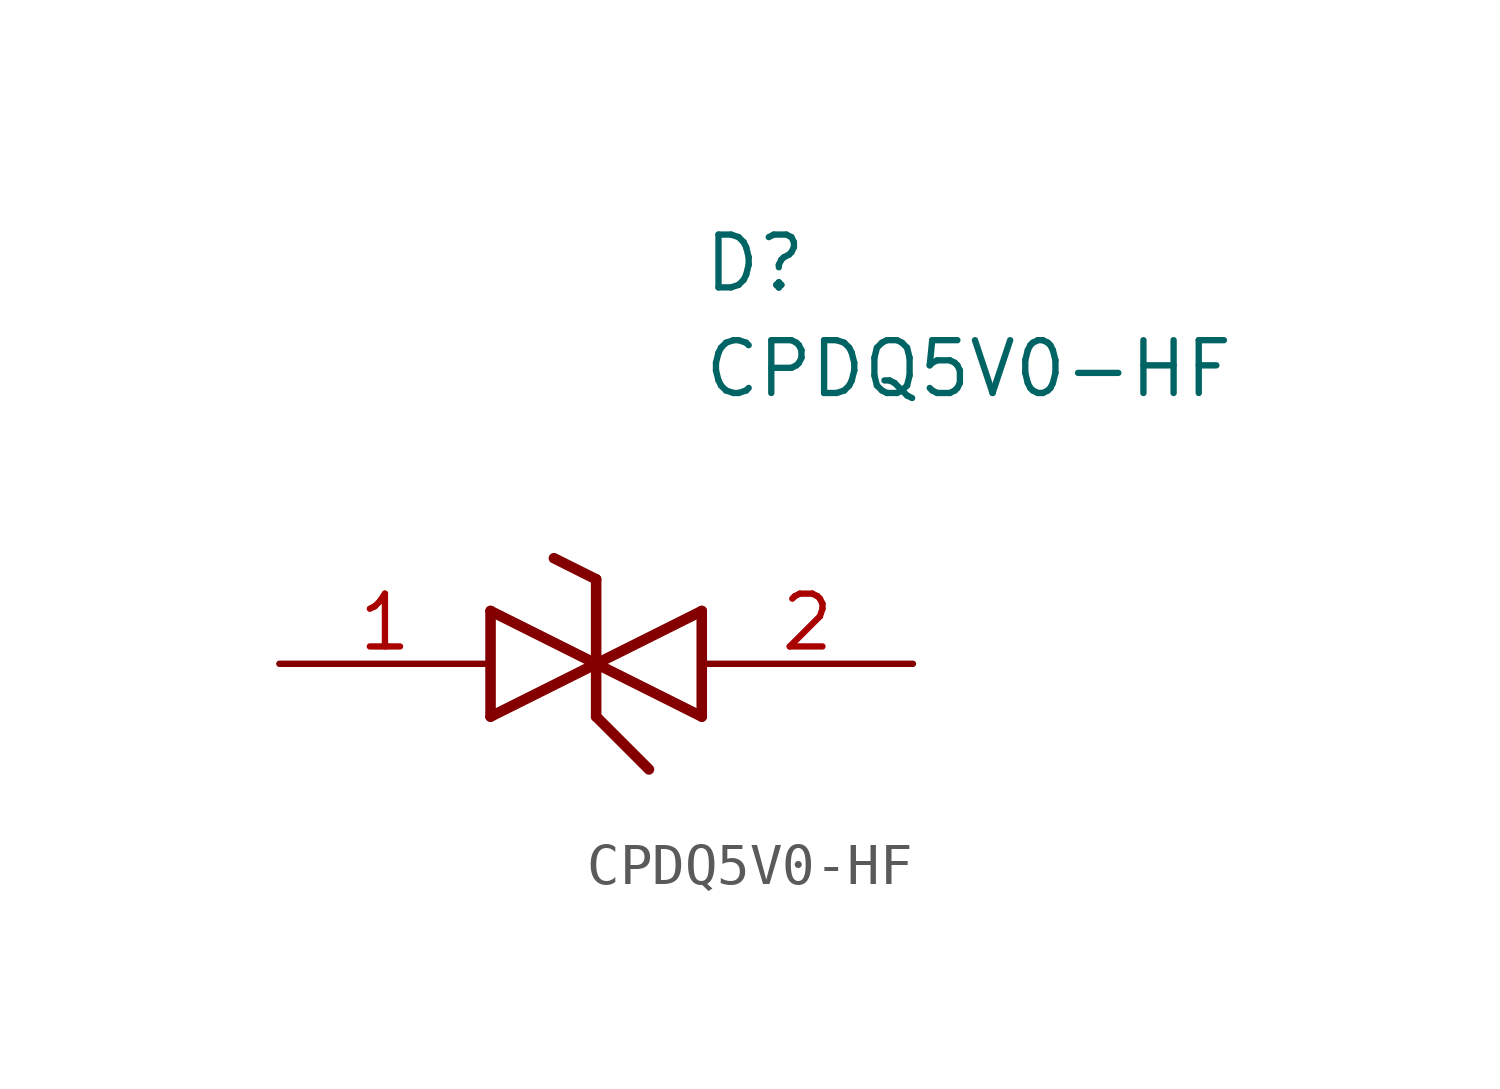
<source format=kicad_sym>
(kicad_symbol_lib
  (version 20241209)
  (generator "kicad_symbol_editor")
  (generator_version "9.0")
  (symbol "CPDQ5V0-HF"
    (pin_names
      (hide yes))
    (property "Reference" "D"
      (at 12.7 8.89 0)
      (effects (font (size 1.27 1.27)) (justify left bottom)))
    (property "Value" "CPDQ5V0-HF"
      (at 12.7 6.35 0)
      (effects (font (size 1.27 1.27)) (justify left bottom)))
    (symbol "CPDQ5V0-HF_1_1"
      (polyline (pts (xy 7.62 1.27) (xy 7.62 -1.27)) (stroke (width 0.254) (type default)) (fill (type none)))
      (polyline (pts (xy 7.62 1.27) (xy 10.16 0)) (stroke (width 0.254) (type default)) (fill (type none)))
      (polyline (pts (xy 9.144 2.54) (xy 10.16 2.032)) (stroke (width 0.254) (type default)) (fill (type none)))
      (polyline (pts (xy 10.16 0) (xy 7.62 -1.27)) (stroke (width 0.254) (type default)) (fill (type none)))
      (polyline (pts (xy 10.16 0) (xy 12.7 -1.27)) (stroke (width 0.254) (type default)) (fill (type none)))
      (polyline (pts (xy 10.16 -1.27) (xy 10.16 2.032)) (stroke (width 0.254) (type default)) (fill (type none)))
      (polyline (pts (xy 10.16 -1.27) (xy 11.43 -2.54)) (stroke (width 0.254) (type default)) (fill (type none)))
      (polyline (pts (xy 12.7 1.27) (xy 10.16 0)) (stroke (width 0.254) (type default)) (fill (type none)))
      (polyline (pts (xy 12.7 1.27) (xy 12.7 -1.27)) (stroke (width 0.254) (type default)) (fill (type none)))
      (pin passive line (at 2.54 0 0) (length 5.08) (name "1" (effects (font (size 1.27 1.27)))) (number "1" (effects (font (size 1.27 1.27)))))
      (pin passive line (at 17.78 0 180) (length 5.08) (name "2" (effects (font (size 1.27 1.27)))) (number "2" (effects (font (size 1.27 1.27))))))))
</source>
